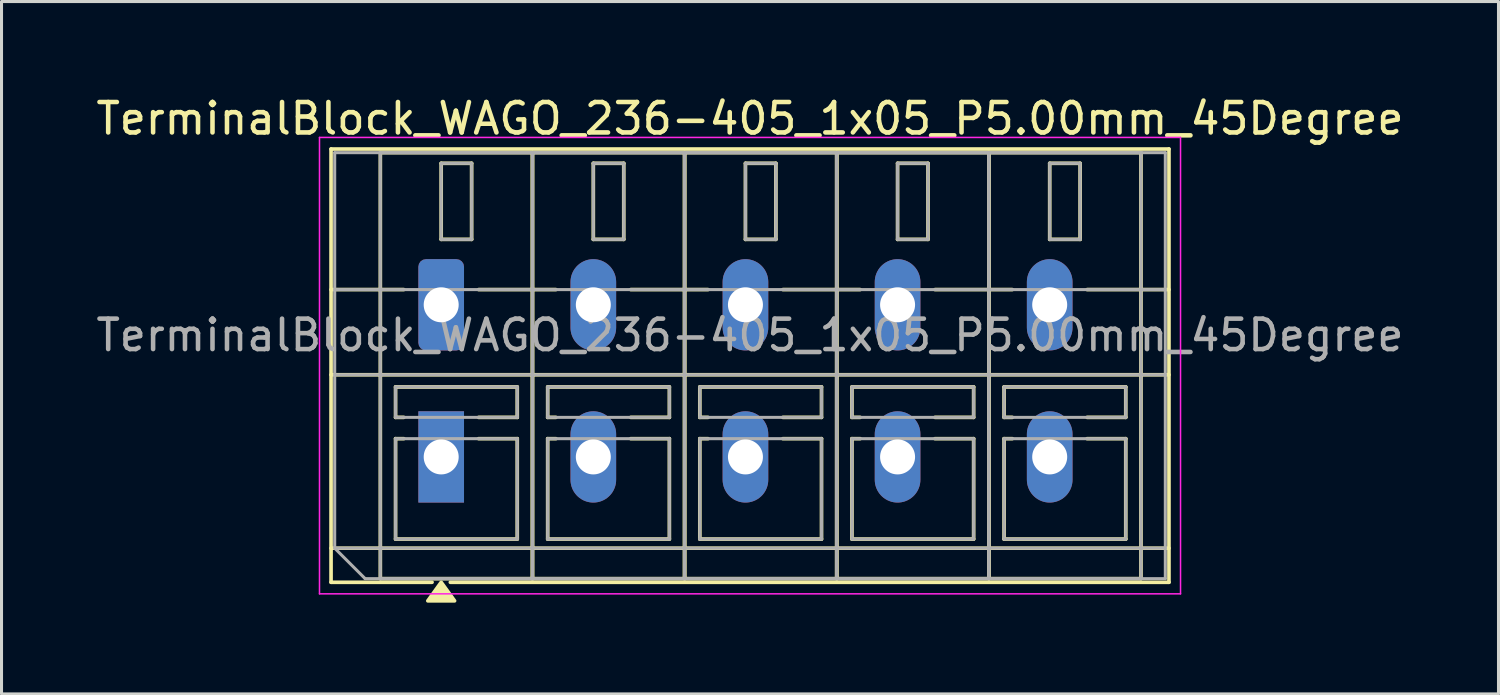
<source format=kicad_pcb>
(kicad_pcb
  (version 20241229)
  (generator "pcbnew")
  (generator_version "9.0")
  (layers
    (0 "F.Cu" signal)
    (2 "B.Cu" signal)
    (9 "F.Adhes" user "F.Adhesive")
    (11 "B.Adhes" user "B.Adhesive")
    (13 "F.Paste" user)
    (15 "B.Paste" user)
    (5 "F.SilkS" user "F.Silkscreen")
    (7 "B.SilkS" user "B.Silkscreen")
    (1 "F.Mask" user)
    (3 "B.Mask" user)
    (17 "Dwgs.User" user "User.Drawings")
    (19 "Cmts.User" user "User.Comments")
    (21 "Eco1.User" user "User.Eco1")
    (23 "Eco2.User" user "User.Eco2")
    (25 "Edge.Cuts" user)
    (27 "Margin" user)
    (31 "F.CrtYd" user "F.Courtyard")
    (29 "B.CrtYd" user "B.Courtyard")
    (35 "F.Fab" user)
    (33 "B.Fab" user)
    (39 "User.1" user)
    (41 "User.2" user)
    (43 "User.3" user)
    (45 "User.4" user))
  (footprint "TerminalBlock_WAGO_236-405_1x05_P5.00mm_45Degree"
    (layer "F.Cu")
    (at 11.451 6.968)
    (property "Reference" "TerminalBlock_WAGO_236-405_1x05_P5.00mm_45Degree" (at 10.15 -6.12 0) (layer "F.SilkS") (effects (font (size 1 1) (thickness 0.15))))
    (attr through_hole)
    (fp_line (start -3.62 -5.12) (end -3.62 9.12) (stroke (width 0.12) (type solid)) (layer "F.SilkS"))
    (fp_line (start -3.62 -5.12) (end 23.92 -5.12) (stroke (width 0.12) (type solid)) (layer "F.SilkS"))
    (fp_line (start -3.62 -0.5) (end -1.23 -0.5) (stroke (width 0.12) (type solid)) (layer "F.SilkS"))
    (fp_line (start -3.62 2.3) (end 23.92 2.3) (stroke (width 0.12) (type solid)) (layer "F.SilkS"))
    (fp_line (start -3.62 8) (end 23.92 8) (stroke (width 0.12) (type solid)) (layer "F.SilkS"))
    (fp_line (start -3.62 9.12) (end -0.3 9.12) (stroke (width 0.12) (type solid)) (layer "F.SilkS"))
    (fp_line (start -2 -5) (end -2 9) (stroke (width 0.12) (type solid)) (layer "F.SilkS"))
    (fp_line (start -2 -5) (end 3 -5) (stroke (width 0.12) (type solid)) (layer "F.SilkS"))
    (fp_line (start -2 9) (end 3 9) (stroke (width 0.12) (type solid)) (layer "F.SilkS"))
    (fp_line (start -1.5 2.7) (end -1.5 3.7) (stroke (width 0.12) (type solid)) (layer "F.SilkS"))
    (fp_line (start -1.5 2.7) (end 2.5 2.7) (stroke (width 0.12) (type solid)) (layer "F.SilkS"))
    (fp_line (start -1.5 3.7) (end -1.23 3.7) (stroke (width 0.12) (type solid)) (layer "F.SilkS"))
    (fp_line (start -1.5 4.4) (end -1.5 7.7) (stroke (width 0.12) (type solid)) (layer "F.SilkS"))
    (fp_line (start -1.5 4.4) (end -1.23 4.4) (stroke (width 0.12) (type solid)) (layer "F.SilkS"))
    (fp_line (start -1.5 7.7) (end 2.5 7.7) (stroke (width 0.12) (type solid)) (layer "F.SilkS"))
    (fp_line (start 0 -4.65) (end 0 -2.15) (stroke (width 0.12) (type solid)) (layer "F.SilkS"))
    (fp_line (start 0 -4.65) (end 1 -4.65) (stroke (width 0.12) (type solid)) (layer "F.SilkS"))
    (fp_line (start 0 -2.15) (end 1 -2.15) (stroke (width 0.12) (type solid)) (layer "F.SilkS"))
    (fp_line (start 0.3 9.12) (end 23.92 9.12) (stroke (width 0.12) (type solid)) (layer "F.SilkS"))
    (fp_line (start 1 -4.65) (end 1 -2.15) (stroke (width 0.12) (type solid)) (layer "F.SilkS"))
    (fp_line (start 1.23 -0.5) (end 3.77 -0.5) (stroke (width 0.12) (type solid)) (layer "F.SilkS"))
    (fp_line (start 1.23 3.7) (end 2.5 3.7) (stroke (width 0.12) (type solid)) (layer "F.SilkS"))
    (fp_line (start 1.23 4.4) (end 2.5 4.4) (stroke (width 0.12) (type solid)) (layer "F.SilkS"))
    (fp_line (start 2.5 2.7) (end 2.5 3.7) (stroke (width 0.12) (type solid)) (layer "F.SilkS"))
    (fp_line (start 2.5 4.4) (end 2.5 7.7) (stroke (width 0.12) (type solid)) (layer "F.SilkS"))
    (fp_line (start 3 -5) (end 3 9) (stroke (width 0.12) (type solid)) (layer "F.SilkS"))
    (fp_line (start 3 -5) (end 3 9) (stroke (width 0.12) (type solid)) (layer "F.SilkS"))
    (fp_line (start 3 -5) (end 8 -5) (stroke (width 0.12) (type solid)) (layer "F.SilkS"))
    (fp_line (start 3 9) (end 8 9) (stroke (width 0.12) (type solid)) (layer "F.SilkS"))
    (fp_line (start 3.5 2.7) (end 3.5 3.7) (stroke (width 0.12) (type solid)) (layer "F.SilkS"))
    (fp_line (start 3.5 2.7) (end 7.5 2.7) (stroke (width 0.12) (type solid)) (layer "F.SilkS"))
    (fp_line (start 3.5 3.7) (end 3.77 3.7) (stroke (width 0.12) (type solid)) (layer "F.SilkS"))
    (fp_line (start 3.5 4.4) (end 3.5 7.7) (stroke (width 0.12) (type solid)) (layer "F.SilkS"))
    (fp_line (start 3.5 4.4) (end 3.77 4.4) (stroke (width 0.12) (type solid)) (layer "F.SilkS"))
    (fp_line (start 3.5 7.7) (end 7.5 7.7) (stroke (width 0.12) (type solid)) (layer "F.SilkS"))
    (fp_line (start 5 -4.65) (end 5 -2.15) (stroke (width 0.12) (type solid)) (layer "F.SilkS"))
    (fp_line (start 5 -4.65) (end 6 -4.65) (stroke (width 0.12) (type solid)) (layer "F.SilkS"))
    (fp_line (start 5 -2.15) (end 6 -2.15) (stroke (width 0.12) (type solid)) (layer "F.SilkS"))
    (fp_line (start 6 -4.65) (end 6 -2.15) (stroke (width 0.12) (type solid)) (layer "F.SilkS"))
    (fp_line (start 6.23 -0.5) (end 8.77 -0.5) (stroke (width 0.12) (type solid)) (layer "F.SilkS"))
    (fp_line (start 6.23 3.7) (end 7.5 3.7) (stroke (width 0.12) (type solid)) (layer "F.SilkS"))
    (fp_line (start 6.23 4.4) (end 7.5 4.4) (stroke (width 0.12) (type solid)) (layer "F.SilkS"))
    (fp_line (start 7.5 2.7) (end 7.5 3.7) (stroke (width 0.12) (type solid)) (layer "F.SilkS"))
    (fp_line (start 7.5 4.4) (end 7.5 7.7) (stroke (width 0.12) (type solid)) (layer "F.SilkS"))
    (fp_line (start 8 -5) (end 8 9) (stroke (width 0.12) (type solid)) (layer "F.SilkS"))
    (fp_line (start 8 -5) (end 8 9) (stroke (width 0.12) (type solid)) (layer "F.SilkS"))
    (fp_line (start 8 -5) (end 13 -5) (stroke (width 0.12) (type solid)) (layer "F.SilkS"))
    (fp_line (start 8 9) (end 13 9) (stroke (width 0.12) (type solid)) (layer "F.SilkS"))
    (fp_line (start 8.5 2.7) (end 8.5 3.7) (stroke (width 0.12) (type solid)) (layer "F.SilkS"))
    (fp_line (start 8.5 2.7) (end 12.5 2.7) (stroke (width 0.12) (type solid)) (layer "F.SilkS"))
    (fp_line (start 8.5 3.7) (end 8.77 3.7) (stroke (width 0.12) (type solid)) (layer "F.SilkS"))
    (fp_line (start 8.5 4.4) (end 8.5 7.7) (stroke (width 0.12) (type solid)) (layer "F.SilkS"))
    (fp_line (start 8.5 4.4) (end 8.77 4.4) (stroke (width 0.12) (type solid)) (layer "F.SilkS"))
    (fp_line (start 8.5 7.7) (end 12.5 7.7) (stroke (width 0.12) (type solid)) (layer "F.SilkS"))
    (fp_line (start 10 -4.65) (end 10 -2.15) (stroke (width 0.12) (type solid)) (layer "F.SilkS"))
    (fp_line (start 10 -4.65) (end 11 -4.65) (stroke (width 0.12) (type solid)) (layer "F.SilkS"))
    (fp_line (start 10 -2.15) (end 11 -2.15) (stroke (width 0.12) (type solid)) (layer "F.SilkS"))
    (fp_line (start 11 -4.65) (end 11 -2.15) (stroke (width 0.12) (type solid)) (layer "F.SilkS"))
    (fp_line (start 11.23 -0.5) (end 13.77 -0.5) (stroke (width 0.12) (type solid)) (layer "F.SilkS"))
    (fp_line (start 11.23 3.7) (end 12.5 3.7) (stroke (width 0.12) (type solid)) (layer "F.SilkS"))
    (fp_line (start 11.23 4.4) (end 12.5 4.4) (stroke (width 0.12) (type solid)) (layer "F.SilkS"))
    (fp_line (start 12.5 2.7) (end 12.5 3.7) (stroke (width 0.12) (type solid)) (layer "F.SilkS"))
    (fp_line (start 12.5 4.4) (end 12.5 7.7) (stroke (width 0.12) (type solid)) (layer "F.SilkS"))
    (fp_line (start 13 -5) (end 13 9) (stroke (width 0.12) (type solid)) (layer "F.SilkS"))
    (fp_line (start 13 -5) (end 13 9) (stroke (width 0.12) (type solid)) (layer "F.SilkS"))
    (fp_line (start 13 -5) (end 18 -5) (stroke (width 0.12) (type solid)) (layer "F.SilkS"))
    (fp_line (start 13 9) (end 18 9) (stroke (width 0.12) (type solid)) (layer "F.SilkS"))
    (fp_line (start 13.5 2.7) (end 13.5 3.7) (stroke (width 0.12) (type solid)) (layer "F.SilkS"))
    (fp_line (start 13.5 2.7) (end 17.5 2.7) (stroke (width 0.12) (type solid)) (layer "F.SilkS"))
    (fp_line (start 13.5 3.7) (end 13.77 3.7) (stroke (width 0.12) (type solid)) (layer "F.SilkS"))
    (fp_line (start 13.5 4.4) (end 13.5 7.7) (stroke (width 0.12) (type solid)) (layer "F.SilkS"))
    (fp_line (start 13.5 4.4) (end 13.77 4.4) (stroke (width 0.12) (type solid)) (layer "F.SilkS"))
    (fp_line (start 13.5 7.7) (end 17.5 7.7) (stroke (width 0.12) (type solid)) (layer "F.SilkS"))
    (fp_line (start 15 -4.65) (end 15 -2.15) (stroke (width 0.12) (type solid)) (layer "F.SilkS"))
    (fp_line (start 15 -4.65) (end 16 -4.65) (stroke (width 0.12) (type solid)) (layer "F.SilkS"))
    (fp_line (start 15 -2.15) (end 16 -2.15) (stroke (width 0.12) (type solid)) (layer "F.SilkS"))
    (fp_line (start 16 -4.65) (end 16 -2.15) (stroke (width 0.12) (type solid)) (layer "F.SilkS"))
    (fp_line (start 16.23 -0.5) (end 18.77 -0.5) (stroke (width 0.12) (type solid)) (layer "F.SilkS"))
    (fp_line (start 16.23 3.7) (end 17.5 3.7) (stroke (width 0.12) (type solid)) (layer "F.SilkS"))
    (fp_line (start 16.23 4.4) (end 17.5 4.4) (stroke (width 0.12) (type solid)) (layer "F.SilkS"))
    (fp_line (start 17.5 2.7) (end 17.5 3.7) (stroke (width 0.12) (type solid)) (layer "F.SilkS"))
    (fp_line (start 17.5 4.4) (end 17.5 7.7) (stroke (width 0.12) (type solid)) (layer "F.SilkS"))
    (fp_line (start 18 -5) (end 18 9) (stroke (width 0.12) (type solid)) (layer "F.SilkS"))
    (fp_line (start 18 -5) (end 18 9) (stroke (width 0.12) (type solid)) (layer "F.SilkS"))
    (fp_line (start 18 -5) (end 23 -5) (stroke (width 0.12) (type solid)) (layer "F.SilkS"))
    (fp_line (start 18 9) (end 23 9) (stroke (width 0.12) (type solid)) (layer "F.SilkS"))
    (fp_line (start 18.5 2.7) (end 18.5 3.7) (stroke (width 0.12) (type solid)) (layer "F.SilkS"))
    (fp_line (start 18.5 2.7) (end 22.5 2.7) (stroke (width 0.12) (type solid)) (layer "F.SilkS"))
    (fp_line (start 18.5 3.7) (end 18.77 3.7) (stroke (width 0.12) (type solid)) (layer "F.SilkS"))
    (fp_line (start 18.5 4.4) (end 18.5 7.7) (stroke (width 0.12) (type solid)) (layer "F.SilkS"))
    (fp_line (start 18.5 4.4) (end 18.77 4.4) (stroke (width 0.12) (type solid)) (layer "F.SilkS"))
    (fp_line (start 18.5 7.7) (end 22.5 7.7) (stroke (width 0.12) (type solid)) (layer "F.SilkS"))
    (fp_line (start 20 -4.65) (end 20 -2.15) (stroke (width 0.12) (type solid)) (layer "F.SilkS"))
    (fp_line (start 20 -4.65) (end 21 -4.65) (stroke (width 0.12) (type solid)) (layer "F.SilkS"))
    (fp_line (start 20 -2.15) (end 21 -2.15) (stroke (width 0.12) (type solid)) (layer "F.SilkS"))
    (fp_line (start 21 -4.65) (end 21 -2.15) (stroke (width 0.12) (type solid)) (layer "F.SilkS"))
    (fp_line (start 21.23 -0.5) (end 23.92 -0.5) (stroke (width 0.12) (type solid)) (layer "F.SilkS"))
    (fp_line (start 21.23 3.7) (end 22.5 3.7) (stroke (width 0.12) (type solid)) (layer "F.SilkS"))
    (fp_line (start 21.23 4.4) (end 22.5 4.4) (stroke (width 0.12) (type solid)) (layer "F.SilkS"))
    (fp_line (start 22.5 2.7) (end 22.5 3.7) (stroke (width 0.12) (type solid)) (layer "F.SilkS"))
    (fp_line (start 22.5 4.4) (end 22.5 7.7) (stroke (width 0.12) (type solid)) (layer "F.SilkS"))
    (fp_line (start 23 -5) (end 23 9) (stroke (width 0.12) (type solid)) (layer "F.SilkS"))
    (fp_line (start 23.92 -5.12) (end 23.92 9.12) (stroke (width 0.12) (type solid)) (layer "F.SilkS"))
    (fp_poly (pts (xy 0 9.12) (xy 0.44 9.73) (xy -0.44 9.73)) (stroke (width 0.12) (type solid)) (fill yes) (layer "F.SilkS"))
    (fp_line (start -4 -5.5) (end -4 9.5) (stroke (width 0.05) (type solid)) (layer "F.CrtYd"))
    (fp_line (start -4 9.5) (end 24.3 9.5) (stroke (width 0.05) (type solid)) (layer "F.CrtYd"))
    (fp_line (start 24.3 -5.5) (end -4 -5.5) (stroke (width 0.05) (type solid)) (layer "F.CrtYd"))
    (fp_line (start 24.3 9.5) (end 24.3 -5.5) (stroke (width 0.05) (type solid)) (layer "F.CrtYd"))
    (fp_line (start -3.5 -5) (end 23.8 -5) (stroke (width 0.1) (type solid)) (layer "F.Fab"))
    (fp_line (start -3.5 -0.5) (end 23.8 -0.5) (stroke (width 0.1) (type solid)) (layer "F.Fab"))
    (fp_line (start -3.5 2.3) (end 23.8 2.3) (stroke (width 0.1) (type solid)) (layer "F.Fab"))
    (fp_line (start -3.5 8) (end -3.5 -5) (stroke (width 0.1) (type solid)) (layer "F.Fab"))
    (fp_line (start -3.5 8) (end 23.8 8) (stroke (width 0.1) (type solid)) (layer "F.Fab"))
    (fp_line (start -2.5 9) (end -3.5 8) (stroke (width 0.1) (type solid)) (layer "F.Fab"))
    (fp_line (start -2 -5) (end -2 9) (stroke (width 0.1) (type solid)) (layer "F.Fab"))
    (fp_line (start -2 9) (end 3 9) (stroke (width 0.1) (type solid)) (layer "F.Fab"))
    (fp_line (start -1.5 2.7) (end -1.5 3.7) (stroke (width 0.1) (type solid)) (layer "F.Fab"))
    (fp_line (start -1.5 3.7) (end 2.5 3.7) (stroke (width 0.1) (type solid)) (layer "F.Fab"))
    (fp_line (start -1.5 4.4) (end -1.5 7.7) (stroke (width 0.1) (type solid)) (layer "F.Fab"))
    (fp_line (start -1.5 7.7) (end 2.5 7.7) (stroke (width 0.1) (type solid)) (layer "F.Fab"))
    (fp_line (start 0 -4.65) (end 0 -2.15) (stroke (width 0.1) (type solid)) (layer "F.Fab"))
    (fp_line (start 0 -2.15) (end 1 -2.15) (stroke (width 0.1) (type solid)) (layer "F.Fab"))
    (fp_line (start 1 -4.65) (end 0 -4.65) (stroke (width 0.1) (type solid)) (layer "F.Fab"))
    (fp_line (start 1 -2.15) (end 1 -4.65) (stroke (width 0.1) (type solid)) (layer "F.Fab"))
    (fp_line (start 2.5 2.7) (end -1.5 2.7) (stroke (width 0.1) (type solid)) (layer "F.Fab"))
    (fp_line (start 2.5 3.7) (end 2.5 2.7) (stroke (width 0.1) (type solid)) (layer "F.Fab"))
    (fp_line (start 2.5 4.4) (end -1.5 4.4) (stroke (width 0.1) (type solid)) (layer "F.Fab"))
    (fp_line (start 2.5 7.7) (end 2.5 4.4) (stroke (width 0.1) (type solid)) (layer "F.Fab"))
    (fp_line (start 3 -5) (end -2 -5) (stroke (width 0.1) (type solid)) (layer "F.Fab"))
    (fp_line (start 3 -5) (end 3 9) (stroke (width 0.1) (type solid)) (layer "F.Fab"))
    (fp_line (start 3 9) (end 3 -5) (stroke (width 0.1) (type solid)) (layer "F.Fab"))
    (fp_line (start 3 9) (end 8 9) (stroke (width 0.1) (type solid)) (layer "F.Fab"))
    (fp_line (start 3.5 2.7) (end 3.5 3.7) (stroke (width 0.1) (type solid)) (layer "F.Fab"))
    (fp_line (start 3.5 3.7) (end 7.5 3.7) (stroke (width 0.1) (type solid)) (layer "F.Fab"))
    (fp_line (start 3.5 4.4) (end 3.5 7.7) (stroke (width 0.1) (type solid)) (layer "F.Fab"))
    (fp_line (start 3.5 7.7) (end 7.5 7.7) (stroke (width 0.1) (type solid)) (layer "F.Fab"))
    (fp_line (start 5 -4.65) (end 5 -2.15) (stroke (width 0.1) (type solid)) (layer "F.Fab"))
    (fp_line (start 5 -2.15) (end 6 -2.15) (stroke (width 0.1) (type solid)) (layer "F.Fab"))
    (fp_line (start 6 -4.65) (end 5 -4.65) (stroke (width 0.1) (type solid)) (layer "F.Fab"))
    (fp_line (start 6 -2.15) (end 6 -4.65) (stroke (width 0.1) (type solid)) (layer "F.Fab"))
    (fp_line (start 7.5 2.7) (end 3.5 2.7) (stroke (width 0.1) (type solid)) (layer "F.Fab"))
    (fp_line (start 7.5 3.7) (end 7.5 2.7) (stroke (width 0.1) (type solid)) (layer "F.Fab"))
    (fp_line (start 7.5 4.4) (end 3.5 4.4) (stroke (width 0.1) (type solid)) (layer "F.Fab"))
    (fp_line (start 7.5 7.7) (end 7.5 4.4) (stroke (width 0.1) (type solid)) (layer "F.Fab"))
    (fp_line (start 8 -5) (end 3 -5) (stroke (width 0.1) (type solid)) (layer "F.Fab"))
    (fp_line (start 8 -5) (end 8 9) (stroke (width 0.1) (type solid)) (layer "F.Fab"))
    (fp_line (start 8 9) (end 8 -5) (stroke (width 0.1) (type solid)) (layer "F.Fab"))
    (fp_line (start 8 9) (end 13 9) (stroke (width 0.1) (type solid)) (layer "F.Fab"))
    (fp_line (start 8.5 2.7) (end 8.5 3.7) (stroke (width 0.1) (type solid)) (layer "F.Fab"))
    (fp_line (start 8.5 3.7) (end 12.5 3.7) (stroke (width 0.1) (type solid)) (layer "F.Fab"))
    (fp_line (start 8.5 4.4) (end 8.5 7.7) (stroke (width 0.1) (type solid)) (layer "F.Fab"))
    (fp_line (start 8.5 7.7) (end 12.5 7.7) (stroke (width 0.1) (type solid)) (layer "F.Fab"))
    (fp_line (start 10 -4.65) (end 10 -2.15) (stroke (width 0.1) (type solid)) (layer "F.Fab"))
    (fp_line (start 10 -2.15) (end 11 -2.15) (stroke (width 0.1) (type solid)) (layer "F.Fab"))
    (fp_line (start 11 -4.65) (end 10 -4.65) (stroke (width 0.1) (type solid)) (layer "F.Fab"))
    (fp_line (start 11 -2.15) (end 11 -4.65) (stroke (width 0.1) (type solid)) (layer "F.Fab"))
    (fp_line (start 12.5 2.7) (end 8.5 2.7) (stroke (width 0.1) (type solid)) (layer "F.Fab"))
    (fp_line (start 12.5 3.7) (end 12.5 2.7) (stroke (width 0.1) (type solid)) (layer "F.Fab"))
    (fp_line (start 12.5 4.4) (end 8.5 4.4) (stroke (width 0.1) (type solid)) (layer "F.Fab"))
    (fp_line (start 12.5 7.7) (end 12.5 4.4) (stroke (width 0.1) (type solid)) (layer "F.Fab"))
    (fp_line (start 13 -5) (end 8 -5) (stroke (width 0.1) (type solid)) (layer "F.Fab"))
    (fp_line (start 13 -5) (end 13 9) (stroke (width 0.1) (type solid)) (layer "F.Fab"))
    (fp_line (start 13 9) (end 13 -5) (stroke (width 0.1) (type solid)) (layer "F.Fab"))
    (fp_line (start 13 9) (end 18 9) (stroke (width 0.1) (type solid)) (layer "F.Fab"))
    (fp_line (start 13.5 2.7) (end 13.5 3.7) (stroke (width 0.1) (type solid)) (layer "F.Fab"))
    (fp_line (start 13.5 3.7) (end 17.5 3.7) (stroke (width 0.1) (type solid)) (layer "F.Fab"))
    (fp_line (start 13.5 4.4) (end 13.5 7.7) (stroke (width 0.1) (type solid)) (layer "F.Fab"))
    (fp_line (start 13.5 7.7) (end 17.5 7.7) (stroke (width 0.1) (type solid)) (layer "F.Fab"))
    (fp_line (start 15 -4.65) (end 15 -2.15) (stroke (width 0.1) (type solid)) (layer "F.Fab"))
    (fp_line (start 15 -2.15) (end 16 -2.15) (stroke (width 0.1) (type solid)) (layer "F.Fab"))
    (fp_line (start 16 -4.65) (end 15 -4.65) (stroke (width 0.1) (type solid)) (layer "F.Fab"))
    (fp_line (start 16 -2.15) (end 16 -4.65) (stroke (width 0.1) (type solid)) (layer "F.Fab"))
    (fp_line (start 17.5 2.7) (end 13.5 2.7) (stroke (width 0.1) (type solid)) (layer "F.Fab"))
    (fp_line (start 17.5 3.7) (end 17.5 2.7) (stroke (width 0.1) (type solid)) (layer "F.Fab"))
    (fp_line (start 17.5 4.4) (end 13.5 4.4) (stroke (width 0.1) (type solid)) (layer "F.Fab"))
    (fp_line (start 17.5 7.7) (end 17.5 4.4) (stroke (width 0.1) (type solid)) (layer "F.Fab"))
    (fp_line (start 18 -5) (end 13 -5) (stroke (width 0.1) (type solid)) (layer "F.Fab"))
    (fp_line (start 18 -5) (end 18 9) (stroke (width 0.1) (type solid)) (layer "F.Fab"))
    (fp_line (start 18 9) (end 18 -5) (stroke (width 0.1) (type solid)) (layer "F.Fab"))
    (fp_line (start 18 9) (end 23 9) (stroke (width 0.1) (type solid)) (layer "F.Fab"))
    (fp_line (start 18.5 2.7) (end 18.5 3.7) (stroke (width 0.1) (type solid)) (layer "F.Fab"))
    (fp_line (start 18.5 3.7) (end 22.5 3.7) (stroke (width 0.1) (type solid)) (layer "F.Fab"))
    (fp_line (start 18.5 4.4) (end 18.5 7.7) (stroke (width 0.1) (type solid)) (layer "F.Fab"))
    (fp_line (start 18.5 7.7) (end 22.5 7.7) (stroke (width 0.1) (type solid)) (layer "F.Fab"))
    (fp_line (start 20 -4.65) (end 20 -2.15) (stroke (width 0.1) (type solid)) (layer "F.Fab"))
    (fp_line (start 20 -2.15) (end 21 -2.15) (stroke (width 0.1) (type solid)) (layer "F.Fab"))
    (fp_line (start 21 -4.65) (end 20 -4.65) (stroke (width 0.1) (type solid)) (layer "F.Fab"))
    (fp_line (start 21 -2.15) (end 21 -4.65) (stroke (width 0.1) (type solid)) (layer "F.Fab"))
    (fp_line (start 22.5 2.7) (end 18.5 2.7) (stroke (width 0.1) (type solid)) (layer "F.Fab"))
    (fp_line (start 22.5 3.7) (end 22.5 2.7) (stroke (width 0.1) (type solid)) (layer "F.Fab"))
    (fp_line (start 22.5 4.4) (end 18.5 4.4) (stroke (width 0.1) (type solid)) (layer "F.Fab"))
    (fp_line (start 22.5 7.7) (end 22.5 4.4) (stroke (width 0.1) (type solid)) (layer "F.Fab"))
    (fp_line (start 23 -5) (end 18 -5) (stroke (width 0.1) (type solid)) (layer "F.Fab"))
    (fp_line (start 23 9) (end 23 -5) (stroke (width 0.1) (type solid)) (layer "F.Fab"))
    (fp_line (start 23.8 -5) (end 23.8 9) (stroke (width 0.1) (type solid)) (layer "F.Fab"))
    (fp_line (start 23.8 9) (end -2.5 9) (stroke (width 0.1) (type solid)) (layer "F.Fab"))
    (fp_text user "${REFERENCE}" (at 10.15 1 0) (layer "F.Fab") (effects (font (size 1 1) (thickness 0.15))))
    (pad "1" thru_hole roundrect (at 0 0) (size 1.5 3) (drill 1.15) (layers "*.Cu" "*.Mask") (roundrect_rratio 0.167))
    (pad "1" thru_hole rect (at 0 5) (size 1.5 3) (drill 1.15) (layers "*.Cu" "*.Mask"))
    (pad "2" thru_hole oval (at 5 0) (size 1.5 3) (drill 1.15) (layers "*.Cu" "*.Mask"))
    (pad "2" thru_hole oval (at 5 5) (size 1.5 3) (drill 1.15) (layers "*.Cu" "*.Mask"))
    (pad "3" thru_hole oval (at 10 0) (size 1.5 3) (drill 1.15) (layers "*.Cu" "*.Mask"))
    (pad "3" thru_hole oval (at 10 5) (size 1.5 3) (drill 1.15) (layers "*.Cu" "*.Mask"))
    (pad "4" thru_hole oval (at 15 0) (size 1.5 3) (drill 1.15) (layers "*.Cu" "*.Mask"))
    (pad "4" thru_hole oval (at 15 5) (size 1.5 3) (drill 1.15) (layers "*.Cu" "*.Mask"))
    (pad "5" thru_hole oval (at 20 0) (size 1.5 3) (drill 1.15) (layers "*.Cu" "*.Mask"))
    (pad "5" thru_hole oval (at 20 5) (size 1.5 3) (drill 1.15) (layers "*.Cu" "*.Mask")))
  (gr_rect
    (start -3 -3)
    (end 46.202 19.758)
    (stroke (width 0.1) (type default))
    (fill no)
    (layer "Edge.Cuts")))
</source>
